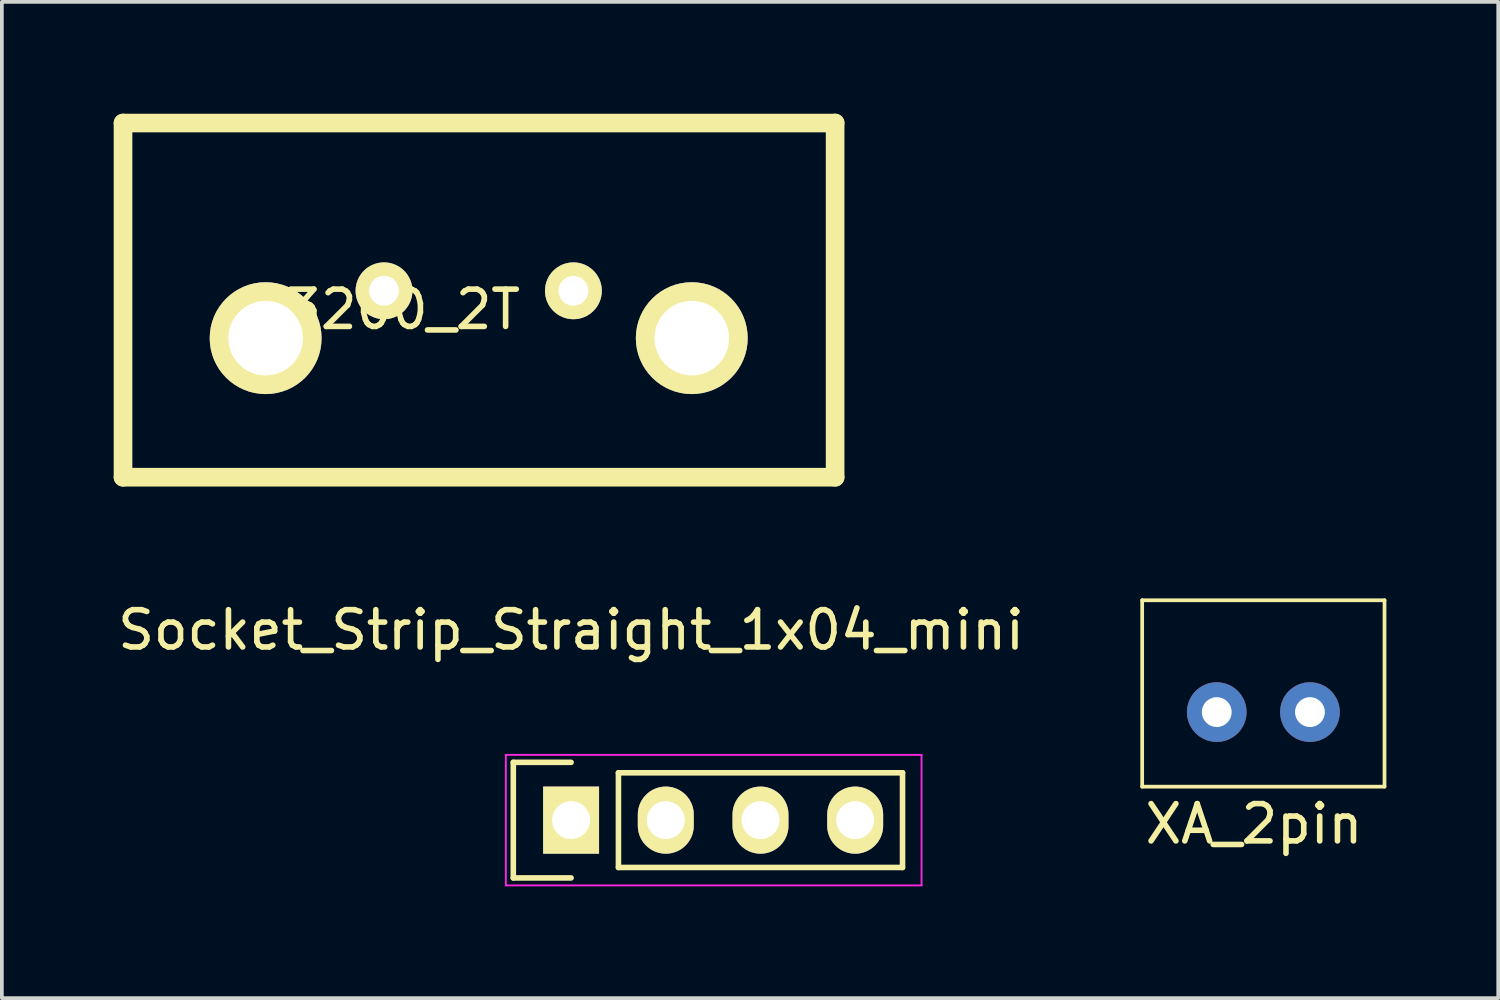
<source format=kicad_pcb>
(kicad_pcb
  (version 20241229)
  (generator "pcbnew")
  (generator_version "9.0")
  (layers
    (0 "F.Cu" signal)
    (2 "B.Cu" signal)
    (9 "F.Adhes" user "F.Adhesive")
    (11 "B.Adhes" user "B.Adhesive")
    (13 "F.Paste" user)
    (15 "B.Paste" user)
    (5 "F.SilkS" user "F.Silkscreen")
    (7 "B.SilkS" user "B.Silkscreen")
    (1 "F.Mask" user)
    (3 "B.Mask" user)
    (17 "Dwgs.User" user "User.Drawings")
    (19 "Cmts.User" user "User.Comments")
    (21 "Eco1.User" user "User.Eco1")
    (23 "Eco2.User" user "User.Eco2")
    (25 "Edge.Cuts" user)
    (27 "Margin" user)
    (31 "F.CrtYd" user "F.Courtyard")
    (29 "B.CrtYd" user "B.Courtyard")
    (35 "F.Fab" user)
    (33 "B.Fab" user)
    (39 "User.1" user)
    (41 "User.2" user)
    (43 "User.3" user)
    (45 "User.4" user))
  (footprint "D3200_2T"
    (layer "F.Cu")
    (at 7.25 4.75)
    (property "Reference" "D3200_2T" (at 0 0.5 0) (layer "F.SilkS") (effects (font (size 1 1) (thickness 0.15))))
    (attr through_hole)
    (fp_line (start -7 -4.5) (end -7 5) (stroke (width 0.5) (type solid)) (layer "F.SilkS"))
    (fp_line (start -7 -4.5) (end 12.1 -4.5) (stroke (width 0.5) (type solid)) (layer "F.SilkS"))
    (fp_line (start -7 5) (end 12.1 5) (stroke (width 0.5) (type solid)) (layer "F.SilkS"))
    (fp_line (start 12.1 5) (end 12.1 -4.5) (stroke (width 0.5) (type solid)) (layer "F.SilkS"))
    (pad "1" thru_hole circle (at 0 0) (size 1.524 1.524) (drill 0.8) (layers "*.Cu" "*.Mask" "F.SilkS"))
    (pad "2" thru_hole circle (at 5.08 0) (size 1.524 1.524) (drill 0.8) (layers "*.Cu" "*.Mask" "F.SilkS"))
    (pad "3" thru_hole circle (at -3.175 1.27) (size 3 3) (drill 2) (layers "*.Cu" "*.Mask" "F.SilkS"))
    (pad "5" thru_hole circle (at 8.255 1.27) (size 3 3) (drill 2) (layers "*.Cu" "*.Mask" "F.SilkS")))
  (footprint "XA_2pin"
    (layer "F.Cu")
    (at 29.586 16.05)
    (property "Reference" "XA_2pin" (at 1 3 0) (layer "F.SilkS") (effects (font (size 1 1) (thickness 0.15))))
    (attr through_hole)
    (fp_line (start -2 2) (end -2 -3) (stroke (width 0.1) (type solid)) (layer "F.SilkS"))
    (fp_line (start -2 2) (end 4.5 2) (stroke (width 0.1) (type solid)) (layer "F.SilkS"))
    (fp_line (start 4.5 -3) (end -2 -3) (stroke (width 0.1) (type solid)) (layer "F.SilkS"))
    (fp_line (start 4.5 -3) (end 4.5 2) (stroke (width 0.1) (type solid)) (layer "F.SilkS"))
    (pad "1" thru_hole circle (at 0 0) (size 1.6 1.6) (drill 0.8) (layers "*.Cu" "*.Mask"))
    (pad "2" thru_hole circle (at 2.5 0) (size 1.6 1.6) (drill 0.8) (layers "*.Cu" "*.Mask")))
  (footprint "Socket_Strip_Straight_1x04_mini"
    (layer "F.Cu")
    (at 12.268 18.948)
    (property "Reference" "Socket_Strip_Straight_1x04_mini" (at 0 -5.1 0) (layer "F.SilkS") (effects (font (size 1 1) (thickness 0.15))))
    (attr through_hole)
    (fp_line (start -1.55 -1.55) (end -1.55 1.55) (stroke (width 0.15) (type solid)) (layer "F.SilkS"))
    (fp_line (start -1.55 1.55) (end 0 1.55) (stroke (width 0.15) (type solid)) (layer "F.SilkS"))
    (fp_line (start 0 -1.55) (end -1.55 -1.55) (stroke (width 0.15) (type solid)) (layer "F.SilkS"))
    (fp_line (start 1.27 -1.27) (end 8.89 -1.27) (stroke (width 0.15) (type solid)) (layer "F.SilkS"))
    (fp_line (start 1.27 1.27) (end 1.27 -1.27) (stroke (width 0.15) (type solid)) (layer "F.SilkS"))
    (fp_line (start 1.27 1.27) (end 8.89 1.27) (stroke (width 0.15) (type solid)) (layer "F.SilkS"))
    (fp_line (start 8.89 -1.27) (end 8.89 1.27) (stroke (width 0.15) (type solid)) (layer "F.SilkS"))
    (fp_line (start -1.75 -1.75) (end -1.75 1.75) (stroke (width 0.05) (type solid)) (layer "F.CrtYd"))
    (fp_line (start -1.75 -1.75) (end 9.4 -1.75) (stroke (width 0.05) (type solid)) (layer "F.CrtYd"))
    (fp_line (start -1.75 1.75) (end 9.4 1.75) (stroke (width 0.05) (type solid)) (layer "F.CrtYd"))
    (fp_line (start 9.4 -1.75) (end 9.4 1.75) (stroke (width 0.05) (type solid)) (layer "F.CrtYd"))
    (pad "1" thru_hole rect (at 0 0) (size 1.5 1.8) (drill 1.016) (layers "*.Cu" "*.Mask" "F.SilkS"))
    (pad "2" thru_hole oval (at 2.54 0) (size 1.5 1.8) (drill 1.016) (layers "*.Cu" "*.Mask" "F.SilkS"))
    (pad "3" thru_hole oval (at 5.08 0) (size 1.5 1.8) (drill 1.016) (layers "*.Cu" "*.Mask" "F.SilkS"))
    (pad "4" thru_hole oval (at 7.62 0) (size 1.5 1.8) (drill 1.016) (layers "*.Cu" "*.Mask" "F.SilkS")))
  (gr_rect
    (start -3 -3)
    (end 37.136 23.723)
    (stroke (width 0.1) (type default))
    (fill no)
    (layer "Edge.Cuts")))
</source>
